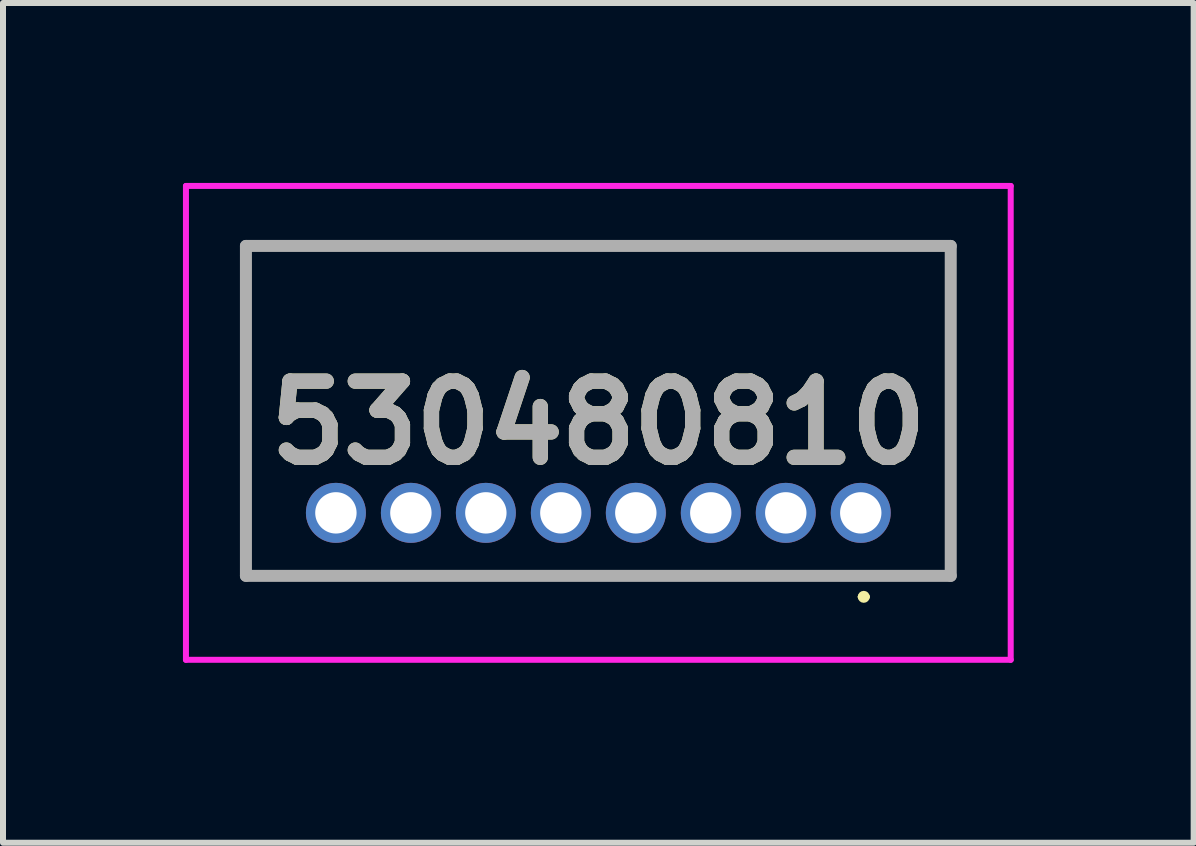
<source format=kicad_pcb>
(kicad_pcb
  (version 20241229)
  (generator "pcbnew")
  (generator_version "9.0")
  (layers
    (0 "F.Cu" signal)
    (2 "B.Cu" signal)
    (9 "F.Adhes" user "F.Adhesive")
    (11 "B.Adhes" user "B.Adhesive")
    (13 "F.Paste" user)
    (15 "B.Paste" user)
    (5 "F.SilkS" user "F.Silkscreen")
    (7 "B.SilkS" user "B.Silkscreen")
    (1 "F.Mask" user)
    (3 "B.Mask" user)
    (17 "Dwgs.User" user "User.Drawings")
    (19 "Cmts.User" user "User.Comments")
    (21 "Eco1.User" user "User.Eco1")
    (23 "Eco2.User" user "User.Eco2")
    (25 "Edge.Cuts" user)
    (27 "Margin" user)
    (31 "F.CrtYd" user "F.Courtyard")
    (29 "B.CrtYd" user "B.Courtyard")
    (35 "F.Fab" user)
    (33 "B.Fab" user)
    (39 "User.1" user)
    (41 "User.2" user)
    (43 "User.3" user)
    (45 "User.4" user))
  (footprint "530480810"
    (layer "F.Cu")
    (at 11.3 5.5)
    (property "Reference" "530480810" (at -4.375 -1.5 0) (layer "F.SilkS") (effects (font (size 1.27 1.27) (thickness 0.254))))
    (attr through_hole)
    (fp_line (start -10.25 -4.45) (end 1.5 -4.45) (stroke (width 0.1) (type solid)) (layer "F.SilkS"))
    (fp_line (start -10.25 1.05) (end -10.25 -4.45) (stroke (width 0.1) (type solid)) (layer "F.SilkS"))
    (fp_line (start 0 1.4) (end 0 1.4) (stroke (width 0.1) (type solid)) (layer "F.SilkS"))
    (fp_line (start 0.1 1.4) (end 0.1 1.4) (stroke (width 0.1) (type solid)) (layer "F.SilkS"))
    (fp_line (start 1.5 -4.45) (end 1.5 1.05) (stroke (width 0.1) (type solid)) (layer "F.SilkS"))
    (fp_line (start 1.5 1.05) (end -10.25 1.05) (stroke (width 0.1) (type solid)) (layer "F.SilkS"))
    (fp_arc (start 0 1.4) (mid 0.05 1.35) (end 0.1 1.4) (stroke (width 0.1) (type solid)) (layer "F.SilkS"))
    (fp_arc (start 0.1 1.4) (mid 0.05 1.45) (end 0 1.4) (stroke (width 0.1) (type solid)) (layer "F.SilkS"))
    (fp_line (start -11.25 -5.45) (end 2.5 -5.45) (stroke (width 0.1) (type solid)) (layer "F.CrtYd"))
    (fp_line (start -11.25 2.45) (end -11.25 -5.45) (stroke (width 0.1) (type solid)) (layer "F.CrtYd"))
    (fp_line (start 2.5 -5.45) (end 2.5 2.45) (stroke (width 0.1) (type solid)) (layer "F.CrtYd"))
    (fp_line (start 2.5 2.45) (end -11.25 2.45) (stroke (width 0.1) (type solid)) (layer "F.CrtYd"))
    (fp_line (start -10.25 -4.45) (end 1.5 -4.45) (stroke (width 0.2) (type solid)) (layer "F.Fab"))
    (fp_line (start -10.25 1.05) (end -10.25 -4.45) (stroke (width 0.2) (type solid)) (layer "F.Fab"))
    (fp_line (start 1.5 -4.45) (end 1.5 1.05) (stroke (width 0.2) (type solid)) (layer "F.Fab"))
    (fp_line (start 1.5 1.05) (end -10.25 1.05) (stroke (width 0.2) (type solid)) (layer "F.Fab"))
    (fp_text user "${REFERENCE}" (at -4.375 -1.5 0) (layer "F.Fab") (effects (font (size 1.27 1.27) (thickness 0.254))))
    (pad "1" thru_hole circle (at 0 0) (size 1 1) (drill 0.69) (layers "*.Cu" "*.Mask"))
    (pad "2" thru_hole circle (at -1.25 0) (size 1 1) (drill 0.69) (layers "*.Cu" "*.Mask"))
    (pad "3" thru_hole circle (at -2.5 0) (size 1 1) (drill 0.69) (layers "*.Cu" "*.Mask"))
    (pad "4" thru_hole circle (at -3.75 0) (size 1 1) (drill 0.69) (layers "*.Cu" "*.Mask"))
    (pad "5" thru_hole circle (at -5 0) (size 1 1) (drill 0.69) (layers "*.Cu" "*.Mask"))
    (pad "6" thru_hole circle (at -6.25 0) (size 1 1) (drill 0.69) (layers "*.Cu" "*.Mask"))
    (pad "7" thru_hole circle (at -7.5 0) (size 1 1) (drill 0.69) (layers "*.Cu" "*.Mask"))
    (pad "8" thru_hole circle (at -8.75 0) (size 1 1) (drill 0.69) (layers "*.Cu" "*.Mask")))
  (gr_rect
    (start -3 -3)
    (end 16.85 11)
    (stroke (width 0.1) (type default))
    (fill no)
    (layer "Edge.Cuts")))
</source>
